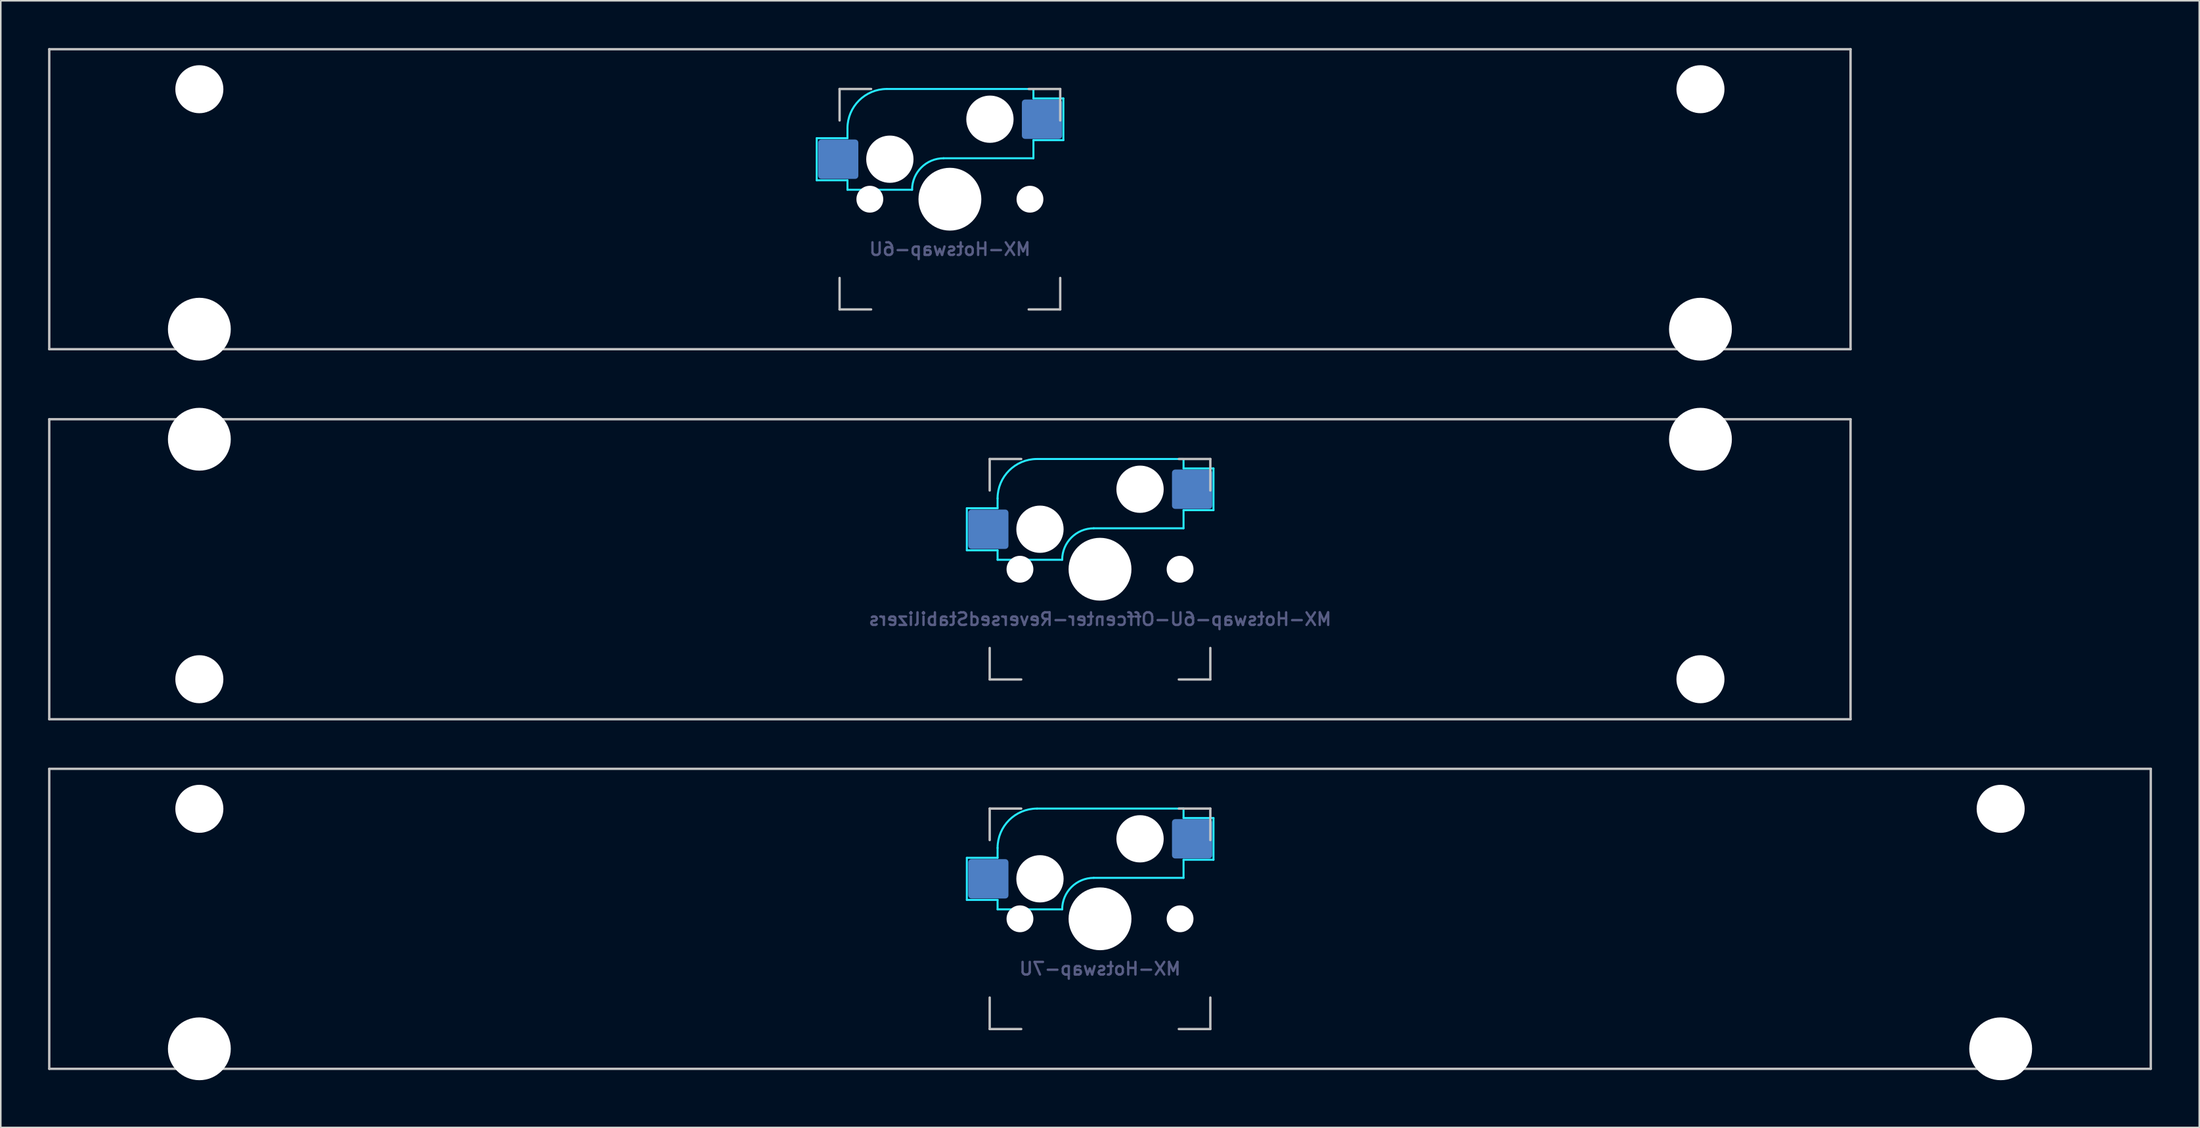
<source format=kicad_pcb>
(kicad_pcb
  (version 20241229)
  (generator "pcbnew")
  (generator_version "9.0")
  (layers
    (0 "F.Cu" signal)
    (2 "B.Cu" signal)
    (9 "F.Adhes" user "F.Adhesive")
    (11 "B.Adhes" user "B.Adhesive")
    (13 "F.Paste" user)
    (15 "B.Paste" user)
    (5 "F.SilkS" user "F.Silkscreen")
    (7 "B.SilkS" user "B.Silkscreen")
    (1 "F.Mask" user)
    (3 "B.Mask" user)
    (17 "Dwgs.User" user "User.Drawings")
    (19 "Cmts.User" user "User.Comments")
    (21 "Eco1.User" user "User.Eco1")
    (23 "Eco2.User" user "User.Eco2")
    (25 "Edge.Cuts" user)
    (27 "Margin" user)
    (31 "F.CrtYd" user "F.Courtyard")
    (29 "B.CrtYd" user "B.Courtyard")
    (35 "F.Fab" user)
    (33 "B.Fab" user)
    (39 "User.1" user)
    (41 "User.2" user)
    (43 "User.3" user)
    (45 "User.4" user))
  (footprint "MX-Hotswap-7U"
    (layer "F.Cu")
    (at 66.75 55.298)
    (property "Reference" "MX-Hotswap-7U" (at 0 3.175 0) (layer "B.Fab") (effects (font (size 0.8 0.8) (thickness 0.15)) (justify mirror)))
    (attr smd)
    (fp_line (start -66.675 9.525) (end -66.675 -9.525) (stroke (width 0.15) (type solid)) (layer "Dwgs.User"))
    (fp_line (start -7 -7) (end -7 -5) (stroke (width 0.15) (type solid)) (layer "Dwgs.User"))
    (fp_line (start -7 5) (end -7 7) (stroke (width 0.15) (type solid)) (layer "Dwgs.User"))
    (fp_line (start -7 7) (end -5 7) (stroke (width 0.15) (type solid)) (layer "Dwgs.User"))
    (fp_line (start -5 -7) (end -7 -7) (stroke (width 0.15) (type solid)) (layer "Dwgs.User"))
    (fp_line (start 5 -7) (end 7 -7) (stroke (width 0.15) (type solid)) (layer "Dwgs.User"))
    (fp_line (start 5 7) (end 7 7) (stroke (width 0.15) (type solid)) (layer "Dwgs.User"))
    (fp_line (start 7 -7) (end 7 -5) (stroke (width 0.15) (type solid)) (layer "Dwgs.User"))
    (fp_line (start 7 7) (end 7 5) (stroke (width 0.15) (type solid)) (layer "Dwgs.User"))
    (fp_line (start 66.675 -9.525) (end -66.675 -9.525) (stroke (width 0.15) (type solid)) (layer "Dwgs.User"))
    (fp_line (start 66.675 9.525) (end -66.675 9.525) (stroke (width 0.15) (type solid)) (layer "Dwgs.User"))
    (fp_line (start 66.675 9.525) (end 66.675 -9.525) (stroke (width 0.15) (type solid)) (layer "Dwgs.User"))
    (fp_line (start -8.45 -3.875) (end -8.45 -1.2) (stroke (width 0.127) (type solid)) (layer "B.CrtYd"))
    (fp_line (start -8.45 -1.2) (end -6.5 -1.2) (stroke (width 0.127) (type solid)) (layer "B.CrtYd"))
    (fp_line (start -6.5 -4.5) (end -6.5 -3.875) (stroke (width 0.127) (type solid)) (layer "B.CrtYd"))
    (fp_line (start -6.5 -3.875) (end -8.45 -3.875) (stroke (width 0.127) (type solid)) (layer "B.CrtYd"))
    (fp_line (start -6.5 -0.6) (end -6.5 -1.2) (stroke (width 0.127) (type solid)) (layer "B.CrtYd"))
    (fp_line (start -6.5 -0.6) (end -2.4 -0.6) (stroke (width 0.127) (type solid)) (layer "B.CrtYd"))
    (fp_line (start -0.4 -2.6) (end 5.3 -2.6) (stroke (width 0.127) (type solid)) (layer "B.CrtYd"))
    (fp_line (start 5.3 -7) (end -4 -7) (stroke (width 0.127) (type solid)) (layer "B.CrtYd"))
    (fp_line (start 5.3 -7) (end 5.3 -6.4) (stroke (width 0.127) (type solid)) (layer "B.CrtYd"))
    (fp_line (start 5.3 -6.4) (end 7.2 -6.4) (stroke (width 0.127) (type solid)) (layer "B.CrtYd"))
    (fp_line (start 5.3 -2.6) (end 5.3 -3.75) (stroke (width 0.127) (type solid)) (layer "B.CrtYd"))
    (fp_line (start 7.2 -6.4) (end 7.2 -3.75) (stroke (width 0.127) (type solid)) (layer "B.CrtYd"))
    (fp_line (start 7.2 -3.75) (end 5.3 -3.75) (stroke (width 0.127) (type solid)) (layer "B.CrtYd"))
    (fp_arc (start -6.5 -4.5) (mid -5.767767 -6.267767) (end -4 -7) (stroke (width 0.127) (type solid)) (layer "B.CrtYd"))
    (fp_arc (start -2.4 -0.6) (mid -1.814214 -2.014214) (end -0.4 -2.6) (stroke (width 0.127) (type solid)) (layer "B.CrtYd"))
    (pad "" np_thru_hole circle (at -57.15 -6.985) (size 3.048 3.048) (drill 3.048) (layers "*.Cu" "*.Mask"))
    (pad "" np_thru_hole circle (at -57.15 8.255) (size 3.988 3.988) (drill 3.988) (layers "*.Cu" "*.Mask"))
    (pad "" np_thru_hole circle (at -5.08 0 48.099) (size 1.702 1.702) (drill 1.702) (layers "*.Cu" "*.Mask"))
    (pad "" np_thru_hole circle (at -3.81 -2.54) (size 3 3) (drill 3) (layers "*.Cu" "*.Mask"))
    (pad "" np_thru_hole circle (at 0 0) (size 3.988 3.988) (drill 3.988) (layers "*.Cu" "*.Mask"))
    (pad "" np_thru_hole circle (at 2.54 -5.08) (size 3 3) (drill 3) (layers "*.Cu" "*.Mask"))
    (pad "" np_thru_hole circle (at 5.08 0 48.099) (size 1.702 1.702) (drill 1.702) (layers "*.Cu" "*.Mask"))
    (pad "" np_thru_hole circle (at 57.15 -6.985) (size 3.048 3.048) (drill 3.048) (layers "*.Cu" "*.Mask"))
    (pad "" np_thru_hole circle (at 57.15 8.255) (size 3.988 3.988) (drill 3.988) (layers "*.Cu" "*.Mask"))
    (pad "1" smd roundrect (at -7.085 -2.54) (size 2.55 2.5) (layers "B.Cu" "B.Mask" "B.Paste") (roundrect_rratio 0.08))
    (pad "2" smd roundrect (at 5.842 -5.08) (size 2.55 2.5) (layers "B.Cu" "B.Mask" "B.Paste") (roundrect_rratio 0.08)))
  (footprint "MX-Hotswap-6U"
    (layer "F.Cu")
    (at 57.225 9.6)
    (property "Reference" "MX-Hotswap-6U" (at 0 3.175 0) (layer "B.Fab") (effects (font (size 0.8 0.8) (thickness 0.15)) (justify mirror)))
    (attr smd)
    (fp_line (start -57.15 9.525) (end -57.15 -9.525) (stroke (width 0.15) (type solid)) (layer "Dwgs.User"))
    (fp_line (start -7 -7) (end -7 -5) (stroke (width 0.15) (type solid)) (layer "Dwgs.User"))
    (fp_line (start -7 5) (end -7 7) (stroke (width 0.15) (type solid)) (layer "Dwgs.User"))
    (fp_line (start -7 7) (end -5 7) (stroke (width 0.15) (type solid)) (layer "Dwgs.User"))
    (fp_line (start -5 -7) (end -7 -7) (stroke (width 0.15) (type solid)) (layer "Dwgs.User"))
    (fp_line (start 5 -7) (end 7 -7) (stroke (width 0.15) (type solid)) (layer "Dwgs.User"))
    (fp_line (start 5 7) (end 7 7) (stroke (width 0.15) (type solid)) (layer "Dwgs.User"))
    (fp_line (start 7 -7) (end 7 -5) (stroke (width 0.15) (type solid)) (layer "Dwgs.User"))
    (fp_line (start 7 7) (end 7 5) (stroke (width 0.15) (type solid)) (layer "Dwgs.User"))
    (fp_line (start 57.15 -9.525) (end -57.15 -9.525) (stroke (width 0.15) (type solid)) (layer "Dwgs.User"))
    (fp_line (start 57.15 9.525) (end -57.15 9.525) (stroke (width 0.15) (type solid)) (layer "Dwgs.User"))
    (fp_line (start 57.15 9.525) (end 57.15 -9.525) (stroke (width 0.15) (type solid)) (layer "Dwgs.User"))
    (fp_line (start -8.45 -3.875) (end -8.45 -1.2) (stroke (width 0.127) (type solid)) (layer "B.CrtYd"))
    (fp_line (start -8.45 -1.2) (end -6.5 -1.2) (stroke (width 0.127) (type solid)) (layer "B.CrtYd"))
    (fp_line (start -6.5 -4.5) (end -6.5 -3.875) (stroke (width 0.127) (type solid)) (layer "B.CrtYd"))
    (fp_line (start -6.5 -3.875) (end -8.45 -3.875) (stroke (width 0.127) (type solid)) (layer "B.CrtYd"))
    (fp_line (start -6.5 -0.6) (end -6.5 -1.2) (stroke (width 0.127) (type solid)) (layer "B.CrtYd"))
    (fp_line (start -6.5 -0.6) (end -2.4 -0.6) (stroke (width 0.127) (type solid)) (layer "B.CrtYd"))
    (fp_line (start -0.4 -2.6) (end 5.3 -2.6) (stroke (width 0.127) (type solid)) (layer "B.CrtYd"))
    (fp_line (start 5.3 -7) (end -4 -7) (stroke (width 0.127) (type solid)) (layer "B.CrtYd"))
    (fp_line (start 5.3 -7) (end 5.3 -6.4) (stroke (width 0.127) (type solid)) (layer "B.CrtYd"))
    (fp_line (start 5.3 -6.4) (end 7.2 -6.4) (stroke (width 0.127) (type solid)) (layer "B.CrtYd"))
    (fp_line (start 5.3 -2.6) (end 5.3 -3.75) (stroke (width 0.127) (type solid)) (layer "B.CrtYd"))
    (fp_line (start 7.2 -6.4) (end 7.2 -3.75) (stroke (width 0.127) (type solid)) (layer "B.CrtYd"))
    (fp_line (start 7.2 -3.75) (end 5.3 -3.75) (stroke (width 0.127) (type solid)) (layer "B.CrtYd"))
    (fp_arc (start -6.5 -4.5) (mid -5.767767 -6.267767) (end -4 -7) (stroke (width 0.127) (type solid)) (layer "B.CrtYd"))
    (fp_arc (start -2.4 -0.6) (mid -1.814214 -2.014214) (end -0.4 -2.6) (stroke (width 0.127) (type solid)) (layer "B.CrtYd"))
    (pad "" np_thru_hole circle (at -47.625 -6.985) (size 3.048 3.048) (drill 3.048) (layers "*.Cu" "*.Mask"))
    (pad "" np_thru_hole circle (at -47.625 8.255) (size 3.988 3.988) (drill 3.988) (layers "*.Cu" "*.Mask"))
    (pad "" np_thru_hole circle (at -5.08 0 48.099) (size 1.702 1.702) (drill 1.702) (layers "*.Cu" "*.Mask"))
    (pad "" np_thru_hole circle (at -3.81 -2.54) (size 3 3) (drill 3) (layers "*.Cu" "*.Mask"))
    (pad "" np_thru_hole circle (at 0 0) (size 3.988 3.988) (drill 3.988) (layers "*.Cu" "*.Mask"))
    (pad "" np_thru_hole circle (at 2.54 -5.08) (size 3 3) (drill 3) (layers "*.Cu" "*.Mask"))
    (pad "" np_thru_hole circle (at 5.08 0 48.099) (size 1.702 1.702) (drill 1.702) (layers "*.Cu" "*.Mask"))
    (pad "" np_thru_hole circle (at 47.625 -6.985) (size 3.048 3.048) (drill 3.048) (layers "*.Cu" "*.Mask"))
    (pad "" np_thru_hole circle (at 47.625 8.255) (size 3.988 3.988) (drill 3.988) (layers "*.Cu" "*.Mask"))
    (pad "1" smd roundrect (at -7.085 -2.54) (size 2.55 2.5) (layers "B.Cu" "B.Mask" "B.Paste") (roundrect_rratio 0.08))
    (pad "2" smd roundrect (at 5.842 -5.08) (size 2.55 2.5) (layers "B.Cu" "B.Mask" "B.Paste") (roundrect_rratio 0.08)))
  (footprint "MX-Hotswap-6U-Offcenter-ReversedStabilizers"
    (layer "F.Cu")
    (at 66.75 33.098)
    (property "Reference" "MX-Hotswap-6U-Offcenter-ReversedStabilizers" (at 0 3.175 0) (layer "B.Fab") (effects (font (size 0.8 0.8) (thickness 0.15)) (justify mirror)))
    (attr smd)
    (fp_line (start -66.675 -9.525) (end 47.625 -9.525) (stroke (width 0.15) (type solid)) (layer "Dwgs.User"))
    (fp_line (start -66.675 9.525) (end -66.675 -9.525) (stroke (width 0.15) (type solid)) (layer "Dwgs.User"))
    (fp_line (start -66.675 9.525) (end 47.625 9.525) (stroke (width 0.15) (type solid)) (layer "Dwgs.User"))
    (fp_line (start -7 -7) (end -7 -5) (stroke (width 0.15) (type solid)) (layer "Dwgs.User"))
    (fp_line (start -7 5) (end -7 7) (stroke (width 0.15) (type solid)) (layer "Dwgs.User"))
    (fp_line (start -7 7) (end -5 7) (stroke (width 0.15) (type solid)) (layer "Dwgs.User"))
    (fp_line (start -5 -7) (end -7 -7) (stroke (width 0.15) (type solid)) (layer "Dwgs.User"))
    (fp_line (start 5 -7) (end 7 -7) (stroke (width 0.15) (type solid)) (layer "Dwgs.User"))
    (fp_line (start 5 7) (end 7 7) (stroke (width 0.15) (type solid)) (layer "Dwgs.User"))
    (fp_line (start 7 -7) (end 7 -5) (stroke (width 0.15) (type solid)) (layer "Dwgs.User"))
    (fp_line (start 7 7) (end 7 5) (stroke (width 0.15) (type solid)) (layer "Dwgs.User"))
    (fp_line (start 47.625 9.525) (end 47.625 -9.525) (stroke (width 0.15) (type solid)) (layer "Dwgs.User"))
    (fp_line (start -8.45 -3.875) (end -8.45 -1.2) (stroke (width 0.127) (type solid)) (layer "B.CrtYd"))
    (fp_line (start -8.45 -1.2) (end -6.5 -1.2) (stroke (width 0.127) (type solid)) (layer "B.CrtYd"))
    (fp_line (start -6.5 -4.5) (end -6.5 -3.875) (stroke (width 0.127) (type solid)) (layer "B.CrtYd"))
    (fp_line (start -6.5 -3.875) (end -8.45 -3.875) (stroke (width 0.127) (type solid)) (layer "B.CrtYd"))
    (fp_line (start -6.5 -0.6) (end -6.5 -1.2) (stroke (width 0.127) (type solid)) (layer "B.CrtYd"))
    (fp_line (start -6.5 -0.6) (end -2.4 -0.6) (stroke (width 0.127) (type solid)) (layer "B.CrtYd"))
    (fp_line (start -0.4 -2.6) (end 5.3 -2.6) (stroke (width 0.127) (type solid)) (layer "B.CrtYd"))
    (fp_line (start 5.3 -7) (end -4 -7) (stroke (width 0.127) (type solid)) (layer "B.CrtYd"))
    (fp_line (start 5.3 -7) (end 5.3 -6.4) (stroke (width 0.127) (type solid)) (layer "B.CrtYd"))
    (fp_line (start 5.3 -6.4) (end 7.2 -6.4) (stroke (width 0.127) (type solid)) (layer "B.CrtYd"))
    (fp_line (start 5.3 -2.6) (end 5.3 -3.75) (stroke (width 0.127) (type solid)) (layer "B.CrtYd"))
    (fp_line (start 7.2 -6.4) (end 7.2 -3.75) (stroke (width 0.127) (type solid)) (layer "B.CrtYd"))
    (fp_line (start 7.2 -3.75) (end 5.3 -3.75) (stroke (width 0.127) (type solid)) (layer "B.CrtYd"))
    (fp_arc (start -6.5 -4.5) (mid -5.767767 -6.267767) (end -4 -7) (stroke (width 0.127) (type solid)) (layer "B.CrtYd"))
    (fp_arc (start -2.4 -0.6) (mid -1.814214 -2.014214) (end -0.4 -2.6) (stroke (width 0.127) (type solid)) (layer "B.CrtYd"))
    (pad "" np_thru_hole circle (at -57.15 -8.255) (size 3.988 3.988) (drill 3.988) (layers "*.Cu" "*.Mask"))
    (pad "" np_thru_hole circle (at -57.15 6.985) (size 3.048 3.048) (drill 3.048) (layers "*.Cu" "*.Mask"))
    (pad "" np_thru_hole circle (at -5.08 0 48.099) (size 1.702 1.702) (drill 1.702) (layers "*.Cu" "*.Mask"))
    (pad "" np_thru_hole circle (at -3.81 -2.54) (size 3 3) (drill 3) (layers "*.Cu" "*.Mask"))
    (pad "" np_thru_hole circle (at 0 0) (size 3.988 3.988) (drill 3.988) (layers "*.Cu" "*.Mask"))
    (pad "" np_thru_hole circle (at 2.54 -5.08) (size 3 3) (drill 3) (layers "*.Cu" "*.Mask"))
    (pad "" np_thru_hole circle (at 5.08 0 48.099) (size 1.702 1.702) (drill 1.702) (layers "*.Cu" "*.Mask"))
    (pad "" np_thru_hole circle (at 38.1 -8.255) (size 3.988 3.988) (drill 3.988) (layers "*.Cu" "*.Mask"))
    (pad "" np_thru_hole circle (at 38.1 6.985) (size 3.048 3.048) (drill 3.048) (layers "*.Cu" "*.Mask"))
    (pad "1" smd roundrect (at -7.085 -2.54) (size 2.55 2.5) (layers "B.Cu" "B.Mask" "B.Paste") (roundrect_rratio 0.08))
    (pad "2" smd roundrect (at 5.842 -5.08) (size 2.55 2.5) (layers "B.Cu" "B.Mask" "B.Paste") (roundrect_rratio 0.08)))
  (gr_rect
    (start -3 -3)
    (end 136.5 68.547)
    (stroke (width 0.1) (type default))
    (fill no)
    (layer "Edge.Cuts")))
</source>
